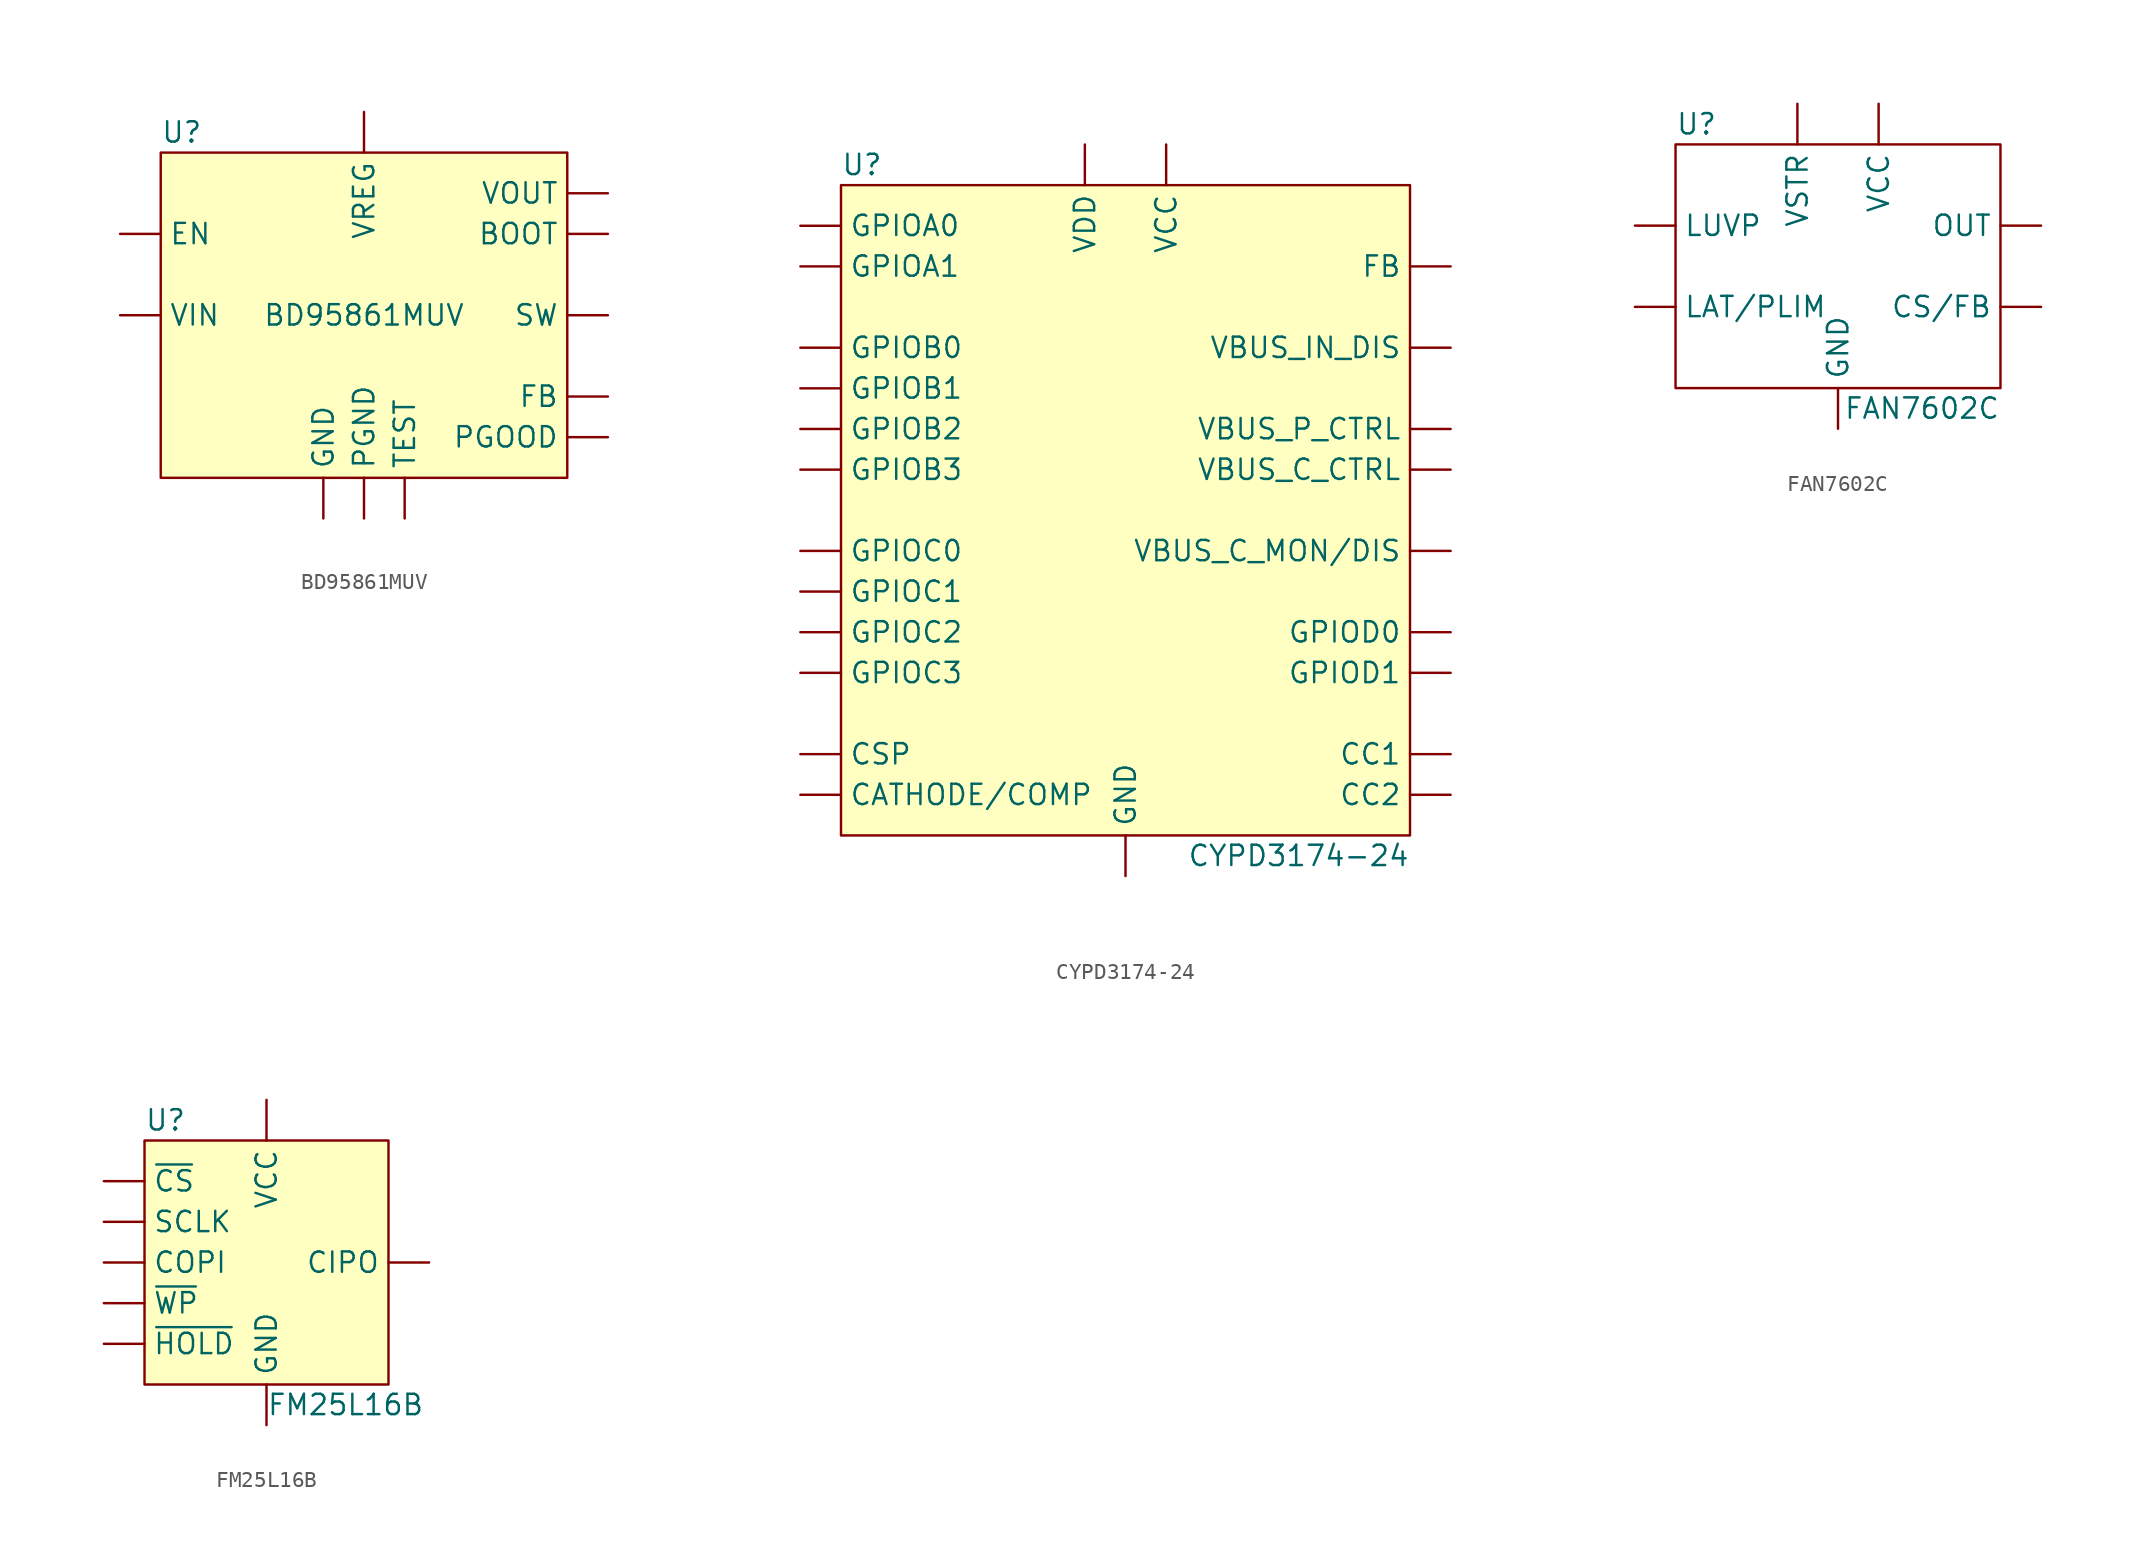
<source format=kicad_sym>
(kicad_symbol_lib
  (version 20211014)
  (generator kicad_symbol_editor)
  (symbol "BD95861MUV"
    (pin_numbers hide)
    (property "Reference" "U"
      (at -12.7 11.43 0)
      (effects (font (size 1.27 1.27)) (justify left)))
    (property "Value" "BD95861MUV"
      (at 0 0 0)
      (effects (font (size 1.27 1.27))))
    (symbol "BD95861MUV_0_1"
      (rectangle (start -12.7 10.16) (end 12.7 -10.16) (stroke (width 0.152) (type default) (color 0 0 0 0)) (fill (type background))))
    (symbol "BD95861MUV_1_1"
      (pin power_in line (at -15.24 0 0) (length 2.54) (name "VIN" (effects (font (size 1.27 1.27)))) (number "1" (effects (font (size 1.27 1.27)))))
      (pin power_out line (at 15.24 0 180) (length 2.54) (name "SW" (effects (font (size 1.27 1.27)))) (number "10" (effects (font (size 1.27 1.27)))))
      (pin passive line (at 15.24 0 180) (length 2.54) hide (name "SW" (effects (font (size 1.27 1.27)))) (number "11" (effects (font (size 1.27 1.27)))))
      (pin passive line (at 15.24 0 180) (length 2.54) hide (name "SW" (effects (font (size 1.27 1.27)))) (number "12" (effects (font (size 1.27 1.27)))))
      (pin passive line (at 15.24 0 180) (length 2.54) hide (name "SW" (effects (font (size 1.27 1.27)))) (number "13" (effects (font (size 1.27 1.27)))))
      (pin passive line (at 15.24 0 180) (length 2.54) hide (name "SW" (effects (font (size 1.27 1.27)))) (number "14" (effects (font (size 1.27 1.27)))))
      (pin passive line (at 15.24 0 180) (length 2.54) hide (name "SW" (effects (font (size 1.27 1.27)))) (number "15" (effects (font (size 1.27 1.27)))))
      (pin output line (at 15.24 5.08 180) (length 2.54) (name "BOOT" (effects (font (size 1.27 1.27)))) (number "16" (effects (font (size 1.27 1.27)))))
      (pin input line (at -15.24 5.08 0) (length 2.54) (name "EN" (effects (font (size 1.27 1.27)))) (number "17" (effects (font (size 1.27 1.27)))))
      (pin open_collector line (at 15.24 -7.62 180) (length 2.54) (name "PGOOD" (effects (font (size 1.27 1.27)))) (number "18" (effects (font (size 1.27 1.27)))))
      (pin input line (at 15.24 7.62 180) (length 2.54) (name "VOUT" (effects (font (size 1.27 1.27)))) (number "19" (effects (font (size 1.27 1.27)))))
      (pin passive line (at -15.24 0 0) (length 2.54) hide (name "VIN" (effects (font (size 1.27 1.27)))) (number "2" (effects (font (size 1.27 1.27)))))
      (pin input line (at 15.24 -5.08 180) (length 2.54) (name "FB" (effects (font (size 1.27 1.27)))) (number "20" (effects (font (size 1.27 1.27)))))
      (pin power_in line (at -2.54 -12.7 90) (length 2.54) (name "GND" (effects (font (size 1.27 1.27)))) (number "21" (effects (font (size 1.27 1.27)))))
      (pin power_out line (at 0 12.7 270) (length 2.54) (name "VREG" (effects (font (size 1.27 1.27)))) (number "22" (effects (font (size 1.27 1.27)))))
      (pin passive line (at 2.54 -12.7 90) (length 2.54) (name "TEST" (effects (font (size 1.27 1.27)))) (number "23" (effects (font (size 1.27 1.27)))))
      (pin passive line (at -15.24 0 0) (length 2.54) hide (name "VIN" (effects (font (size 1.27 1.27)))) (number "24" (effects (font (size 1.27 1.27)))))
      (pin passive line (at -2.54 -12.7 90) (length 2.54) hide (name "GND" (effects (font (size 1.27 1.27)))) (number "25" (effects (font (size 1.27 1.27)))))
      (pin passive line (at -15.24 0 0) (length 2.54) hide (name "VIN" (effects (font (size 1.27 1.27)))) (number "3" (effects (font (size 1.27 1.27)))))
      (pin passive line (at -15.24 0 0) (length 2.54) hide (name "VIN" (effects (font (size 1.27 1.27)))) (number "4" (effects (font (size 1.27 1.27)))))
      (pin power_in line (at 0 -12.7 90) (length 2.54) (name "PGND" (effects (font (size 1.27 1.27)))) (number "5" (effects (font (size 1.27 1.27)))))
      (pin passive line (at 0 -12.7 90) (length 2.54) hide (name "PGND" (effects (font (size 1.27 1.27)))) (number "6" (effects (font (size 1.27 1.27)))))
      (pin passive line (at 0 -12.7 90) (length 2.54) hide (name "PGND" (effects (font (size 1.27 1.27)))) (number "7" (effects (font (size 1.27 1.27)))))
      (pin passive line (at 0 -12.7 90) (length 2.54) hide (name "PGND" (effects (font (size 1.27 1.27)))) (number "8" (effects (font (size 1.27 1.27)))))
      (pin passive line (at 0 -12.7 90) (length 2.54) hide (name "PGND" (effects (font (size 1.27 1.27)))) (number "9" (effects (font (size 1.27 1.27)))))))
  (symbol "CYPD3174-24"
    (pin_numbers hide)
    (property "Reference" "U"
      (at -17.78 21.59 0)
      (effects (font (size 1.27 1.27)) (justify left)))
    (property "Value" "CYPD3174-24"
      (at 17.78 -21.59 0)
      (effects (font (size 1.27 1.27)) (justify right)))
    (symbol "CYPD3174-24_0_1"
      (rectangle (start -17.78 20.32) (end 17.78 -20.32) (stroke (width 0.152) (type default) (color 0 0 0 0)) (fill (type background))))
    (symbol "CYPD3174-24_1_1"
      (pin bidirectional line (at -20.32 10.16 0) (length 2.54) (name "GPIOB0" (effects (font (size 1.27 1.27)))) (number "1" (effects (font (size 1.27 1.27)))) (alternate "I2C1_SDA1" bidirectional line) (alternate "SPI0_SEL" output line) (alternate "TCPWM2_1" output line) (alternate "UART1_CTS" bidirectional line))
      (pin bidirectional line (at -20.32 -5.08 0) (length 2.54) (name "GPIOC1" (effects (font (size 1.27 1.27)))) (number "10" (effects (font (size 1.27 1.27)))) (alternate "SPI1_CLK" output line) (alternate "TCPWM3_0" output line) (alternate "UART0_RX0" input line))
      (pin input line (at 20.32 -2.54 180) (length 2.54) (name "VBUS_C_MON/DIS" (effects (font (size 1.27 1.27)))) (number "11" (effects (font (size 1.27 1.27)))))
      (pin bidirectional line (at -20.32 -7.62 0) (length 2.54) (name "GPIOC2" (effects (font (size 1.27 1.27)))) (number "12" (effects (font (size 1.27 1.27)))) (alternate "I2C1_SDA0" bidirectional line) (alternate "TCPWM0_1" output line) (alternate "UART0_TX1" output line))
      (pin bidirectional line (at -20.32 -10.16 0) (length 2.54) (name "GPIOC3" (effects (font (size 1.27 1.27)))) (number "13" (effects (font (size 1.27 1.27)))) (alternate "I2C1_SCL0" output line) (alternate "TCPWM1_1" output line) (alternate "UART0_RX1" input line))
      (pin bidirectional line (at 20.32 -17.78 180) (length 2.54) (name "CC2" (effects (font (size 1.27 1.27)))) (number "14" (effects (font (size 1.27 1.27)))))
      (pin bidirectional line (at 20.32 -15.24 180) (length 2.54) (name "CC1" (effects (font (size 1.27 1.27)))) (number "15" (effects (font (size 1.27 1.27)))))
      (pin power_in line (at 0 -22.86 90) (length 2.54) (name "GND" (effects (font (size 1.27 1.27)))) (number "15" (effects (font (size 1.27 1.27)))))
      (pin bidirectional line (at 20.32 -10.16 180) (length 2.54) (name "GPIOD1" (effects (font (size 1.27 1.27)))) (number "16" (effects (font (size 1.27 1.27)))) (alternate "D0-" bidirectional line) (alternate "UART0_RX0" input line))
      (pin bidirectional line (at 20.32 -7.62 180) (length 2.54) (name "GPIOD0" (effects (font (size 1.27 1.27)))) (number "17" (effects (font (size 1.27 1.27)))) (alternate "D0+" bidirectional line) (alternate "UART1_TX0" output line))
      (pin input line (at 20.32 10.16 180) (length 2.54) (name "VBUS_IN_DIS" (effects (font (size 1.27 1.27)))) (number "18" (effects (font (size 1.27 1.27)))))
      (pin input line (at -20.32 -15.24 0) (length 2.54) (name "CSP" (effects (font (size 1.27 1.27)))) (number "19" (effects (font (size 1.27 1.27)))))
      (pin bidirectional line (at -20.32 7.62 0) (length 2.54) (name "GPIOB1" (effects (font (size 1.27 1.27)))) (number "2" (effects (font (size 1.27 1.27)))) (alternate "I2C1_SCL1" output line) (alternate "SPI0_CIPO" input line) (alternate "TCPWM3_1" output line) (alternate "UART1_RTS" bidirectional line))
      (pin output line (at 20.32 15.24 180) (length 2.54) (name "FB" (effects (font (size 1.27 1.27)))) (number "20" (effects (font (size 1.27 1.27)))))
      (pin input line (at -20.32 -17.78 0) (length 2.54) (name "CATHODE/COMP" (effects (font (size 1.27 1.27)))) (number "21" (effects (font (size 1.27 1.27)))))
      (pin power_in line (at 0 -22.86 90) (length 2.54) hide (name "GND" (effects (font (size 1.27 1.27)))) (number "22" (effects (font (size 1.27 1.27)))))
      (pin power_in line (at -2.54 22.86 270) (length 2.54) (name "VDD" (effects (font (size 1.27 1.27)))) (number "23" (effects (font (size 1.27 1.27)))))
      (pin power_out line (at 2.54 22.86 270) (length 2.54) (name "VCC" (effects (font (size 1.27 1.27)))) (number "24" (effects (font (size 1.27 1.27)))))
      (pin passive line (at 0 -22.86 90) (length 2.54) hide (name "GND" (effects (font (size 1.27 1.27)))) (number "25" (effects (font (size 1.27 1.27)))))
      (pin output line (at 20.32 5.08 180) (length 2.54) (name "VBUS_P_CTRL" (effects (font (size 1.27 1.27)))) (number "3" (effects (font (size 1.27 1.27)))))
      (pin open_collector line (at 20.32 2.54 180) (length 2.54) (name "VBUS_C_CTRL" (effects (font (size 1.27 1.27)))) (number "4" (effects (font (size 1.27 1.27)))))
      (pin bidirectional line (at -20.32 5.08 0) (length 2.54) (name "GPIOB2" (effects (font (size 1.27 1.27)))) (number "5" (effects (font (size 1.27 1.27)))) (alternate "D1+" bidirectional line) (alternate "SPI0_COPI" output line) (alternate "UART1_TX1" output line))
      (pin bidirectional line (at -20.32 2.54 0) (length 2.54) (name "GPIOB3" (effects (font (size 1.27 1.27)))) (number "6" (effects (font (size 1.27 1.27)))) (alternate "D1-" bidirectional line) (alternate "SPI0_SCLK" output line) (alternate "UART1_RX1" input line))
      (pin bidirectional line (at -20.32 17.78 0) (length 2.54) (name "GPIOA0" (effects (font (size 1.27 1.27)))) (number "7" (effects (font (size 1.27 1.27)))) (alternate "I2C0_SDA" bidirectional line) (alternate "SPI1_COPI" output line) (alternate "SWD_DAT" bidirectional line) (alternate "TCPWM0_0" output line) (alternate "UART0_CTS" bidirectional line))
      (pin bidirectional line (at -20.32 15.24 0) (length 2.54) (name "GPIOA1" (effects (font (size 1.27 1.27)))) (number "8" (effects (font (size 1.27 1.27)))) (alternate "I2C0_SCL" output line) (alternate "SPI1_CIPO" input line) (alternate "SWD_CLK" input line) (alternate "TCPWM1_0" output line) (alternate "UART0_RTS" bidirectional line))
      (pin bidirectional line (at -20.32 -2.54 0) (length 2.54) (name "GPIOC0" (effects (font (size 1.27 1.27)))) (number "9" (effects (font (size 1.27 1.27)))) (alternate "AXRES" bidirectional line) (alternate "SPI1_SEL" output line) (alternate "TCPWM2_0" output line) (alternate "UART0_TX0" output line))))
  (symbol "FAN7602C"
    (pin_numbers hide)
    (property "Reference" "U"
      (at -10.16 8.89 0)
      (effects (font (size 1.27 1.27)) (justify left)))
    (property "Value" "FAN7602C"
      (at 10.16 -8.89 0)
      (effects (font (size 1.27 1.27)) (justify right)))
    (symbol "FAN7602C_0_1"
      (rectangle (start -10.16 7.62) (end 10.16 -7.62) (stroke (width 0.152) (type default) (color 0 0 0 0)) (fill (type none))))
    (symbol "FAN7602C_1_1"
      (pin input line (at -12.7 2.54 0) (length 2.54) (name "LUVP" (effects (font (size 1.27 1.27)))) (number "1" (effects (font (size 1.27 1.27)))))
      (pin input line (at -12.7 -2.54 0) (length 2.54) (name "LAT/PLIM" (effects (font (size 1.27 1.27)))) (number "2" (effects (font (size 1.27 1.27)))))
      (pin input line (at 12.7 -2.54 180) (length 2.54) (name "CS/FB" (effects (font (size 1.27 1.27)))) (number "3" (effects (font (size 1.27 1.27)))))
      (pin power_in line (at 0 -10.16 90) (length 2.54) (name "GND" (effects (font (size 1.27 1.27)))) (number "4" (effects (font (size 1.27 1.27)))))
      (pin output line (at 12.7 2.54 180) (length 2.54) (name "OUT" (effects (font (size 1.27 1.27)))) (number "5" (effects (font (size 1.27 1.27)))))
      (pin power_in line (at 2.54 10.16 270) (length 2.54) (name "VCC" (effects (font (size 1.27 1.27)))) (number "6" (effects (font (size 1.27 1.27)))))
      (pin no_connect line (at 2.54 -7.62 90) (length 2.54) hide (name "NC" (effects (font (size 1.27 1.27)))) (number "7" (effects (font (size 1.27 1.27)))))
      (pin power_in line (at -2.54 10.16 270) (length 2.54) (name "VSTR" (effects (font (size 1.27 1.27)))) (number "8" (effects (font (size 1.27 1.27)))))))
  (symbol "FM25L16B"
    (pin_numbers hide)
    (property "Reference" "U"
      (at -7.62 8.89 0)
      (effects (font (size 1.27 1.27)) (justify left)))
    (property "Value" "FM25L16B"
      (at 0 -8.89 0)
      (effects (font (size 1.27 1.27)) (justify left)))
    (symbol "FM25L16B_0_1"
      (rectangle (start -7.62 7.62) (end 7.62 -7.62) (stroke (width 0.152) (type default) (color 0 0 0 0)) (fill (type background))))
    (symbol "FM25L16B_1_1"
      (pin input line (at -10.16 5.08 0) (length 2.54) (name "~{CS}" (effects (font (size 1.27 1.27)))) (number "1" (effects (font (size 1.27 1.27)))))
      (pin output line (at 10.16 0 180) (length 2.54) (name "CIPO" (effects (font (size 1.27 1.27)))) (number "2" (effects (font (size 1.27 1.27)))))
      (pin input line (at -10.16 -2.54 0) (length 2.54) (name "~{WP}" (effects (font (size 1.27 1.27)))) (number "3" (effects (font (size 1.27 1.27)))))
      (pin power_in line (at 0 -10.16 90) (length 2.54) (name "GND" (effects (font (size 1.27 1.27)))) (number "4" (effects (font (size 1.27 1.27)))))
      (pin input line (at -10.16 0 0) (length 2.54) (name "COPI" (effects (font (size 1.27 1.27)))) (number "5" (effects (font (size 1.27 1.27)))))
      (pin input line (at -10.16 2.54 0) (length 2.54) (name "SCLK" (effects (font (size 1.27 1.27)))) (number "6" (effects (font (size 1.27 1.27)))))
      (pin input line (at -10.16 -5.08 0) (length 2.54) (name "~{HOLD}" (effects (font (size 1.27 1.27)))) (number "7" (effects (font (size 1.27 1.27)))))
      (pin power_in line (at 0 10.16 270) (length 2.54) (name "VCC" (effects (font (size 1.27 1.27)))) (number "8" (effects (font (size 1.27 1.27))))))))
</source>
